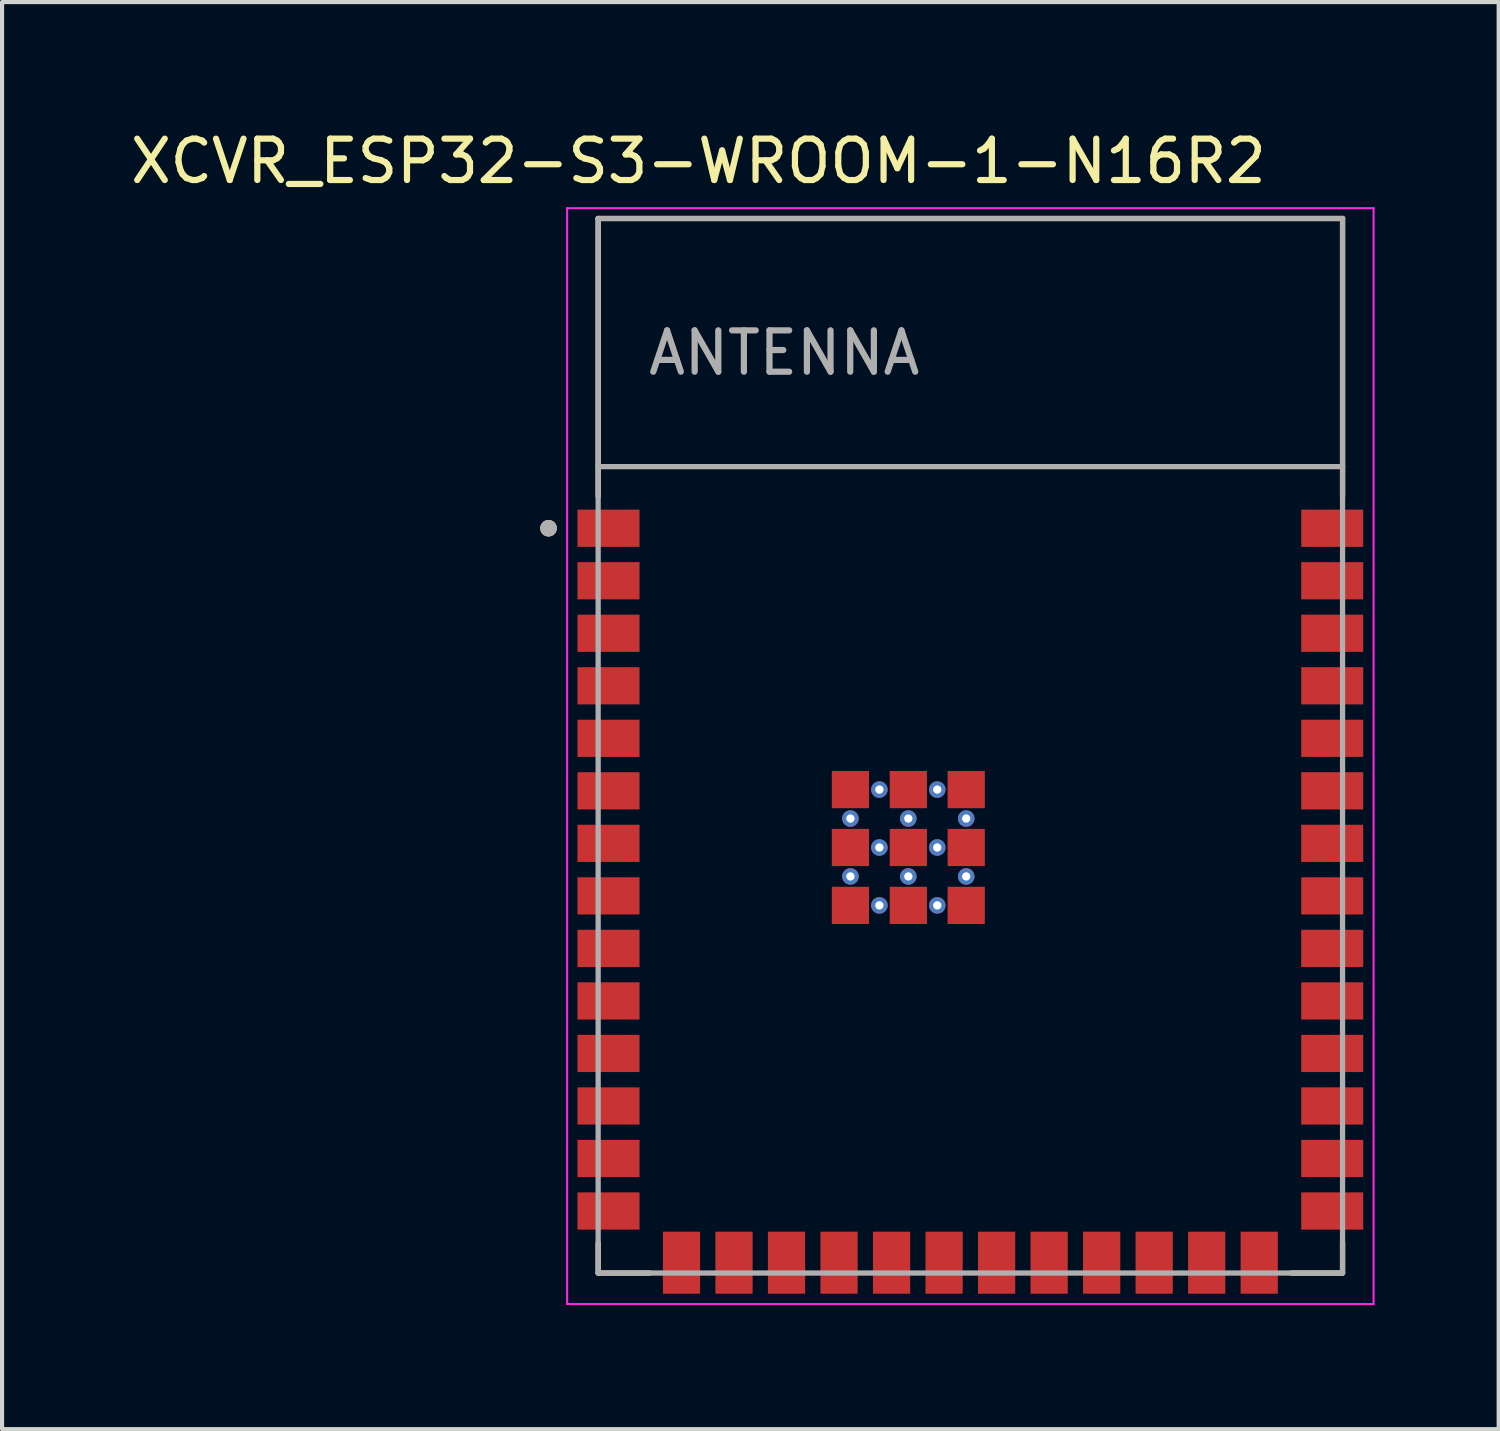
<source format=kicad_pcb>
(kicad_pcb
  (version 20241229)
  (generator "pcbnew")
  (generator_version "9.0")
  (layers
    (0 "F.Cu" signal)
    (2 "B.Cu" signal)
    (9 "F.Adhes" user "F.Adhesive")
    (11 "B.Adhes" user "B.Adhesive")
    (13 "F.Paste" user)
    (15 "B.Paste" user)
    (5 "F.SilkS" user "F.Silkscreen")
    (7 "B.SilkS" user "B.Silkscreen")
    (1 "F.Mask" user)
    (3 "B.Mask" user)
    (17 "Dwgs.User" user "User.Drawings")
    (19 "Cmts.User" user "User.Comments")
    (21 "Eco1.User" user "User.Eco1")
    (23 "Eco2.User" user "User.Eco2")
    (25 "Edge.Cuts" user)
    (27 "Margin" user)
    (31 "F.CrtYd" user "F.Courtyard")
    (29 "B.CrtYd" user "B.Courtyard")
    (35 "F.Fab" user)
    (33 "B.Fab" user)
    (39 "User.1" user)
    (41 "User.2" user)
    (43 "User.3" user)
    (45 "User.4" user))
  (footprint "XCVR_ESP32-S3-WROOM-1-N16R2"
    (layer "F.Cu")
    (at 20.414 14.983)
    (property "Reference" "XCVR_ESP32-S3-WROOM-1-N16R2" (at -6.575 -14.135 0) (layer "F.SilkS") (effects (font (size 1 1) (thickness 0.15))))
    (attr through_hole)
    (fp_line (start -9 -12.75) (end 9 -12.75) (stroke (width 0.127) (type solid)) (layer "F.SilkS"))
    (fp_line (start -9 -6.03) (end -9 -12.75) (stroke (width 0.127) (type solid)) (layer "F.SilkS"))
    (fp_line (start -9 12.02) (end -9 12.75) (stroke (width 0.127) (type solid)) (layer "F.SilkS"))
    (fp_line (start -9 12.75) (end -7.755 12.75) (stroke (width 0.127) (type solid)) (layer "F.SilkS"))
    (fp_line (start 9 -12.75) (end 9 -6.03) (stroke (width 0.127) (type solid)) (layer "F.SilkS"))
    (fp_line (start 9 12.02) (end 9 12.75) (stroke (width 0.127) (type solid)) (layer "F.SilkS"))
    (fp_line (start 9 12.75) (end 7.755 12.75) (stroke (width 0.127) (type solid)) (layer "F.SilkS"))
    (fp_circle (center -10.2 -5.26) (end -10.1 -5.26) (stroke (width 0.2) (type solid)) (fill no) (layer "F.SilkS"))
    (fp_line (start -9.75 -13) (end 9.75 -13) (stroke (width 0.05) (type solid)) (layer "F.CrtYd"))
    (fp_line (start -9.75 13.5) (end -9.75 -13) (stroke (width 0.05) (type solid)) (layer "F.CrtYd"))
    (fp_line (start -9.75 13.5) (end 9.75 13.5) (stroke (width 0.05) (type solid)) (layer "F.CrtYd"))
    (fp_line (start 9.75 -13) (end 9.75 13.5) (stroke (width 0.05) (type solid)) (layer "F.CrtYd"))
    (fp_line (start -9 -12.75) (end 9 -12.75) (stroke (width 0.127) (type solid)) (layer "F.Fab"))
    (fp_line (start -9 -6.75) (end -9 -12.75) (stroke (width 0.127) (type solid)) (layer "F.Fab"))
    (fp_line (start -9 -6.75) (end 9 -6.75) (stroke (width 0.127) (type solid)) (layer "F.Fab"))
    (fp_line (start -9 12.75) (end -9 -6.75) (stroke (width 0.127) (type solid)) (layer "F.Fab"))
    (fp_line (start 9 -12.75) (end 9 -6.75) (stroke (width 0.127) (type solid)) (layer "F.Fab"))
    (fp_line (start 9 -6.75) (end 9 12.75) (stroke (width 0.127) (type solid)) (layer "F.Fab"))
    (fp_line (start 9 12.75) (end -9 12.75) (stroke (width 0.127) (type solid)) (layer "F.Fab"))
    (fp_circle (center -10.2 -5.26) (end -10.1 -5.26) (stroke (width 0.2) (type solid)) (fill no) (layer "F.Fab"))
    (fp_text user "ANTENNA" (at -4.5 -9.5 0) (layer "F.Fab") (effects (font (size 1 1) (thickness 0.15))))
    (pad "1" smd rect (at -8.75 -5.26) (size 1.5 0.9) (layers "F.Cu" "F.Mask" "F.Paste"))
    (pad "2" smd rect (at -8.75 -3.99) (size 1.5 0.9) (layers "F.Cu" "F.Mask" "F.Paste"))
    (pad "3" smd rect (at -8.75 -2.72) (size 1.5 0.9) (layers "F.Cu" "F.Mask" "F.Paste"))
    (pad "4" smd rect (at -8.75 -1.45) (size 1.5 0.9) (layers "F.Cu" "F.Mask" "F.Paste"))
    (pad "5" smd rect (at -8.75 -0.18) (size 1.5 0.9) (layers "F.Cu" "F.Mask" "F.Paste"))
    (pad "6" smd rect (at -8.75 1.09) (size 1.5 0.9) (layers "F.Cu" "F.Mask" "F.Paste"))
    (pad "7" smd rect (at -8.75 2.36) (size 1.5 0.9) (layers "F.Cu" "F.Mask" "F.Paste"))
    (pad "8" smd rect (at -8.75 3.63) (size 1.5 0.9) (layers "F.Cu" "F.Mask" "F.Paste"))
    (pad "9" smd rect (at -8.75 4.9) (size 1.5 0.9) (layers "F.Cu" "F.Mask" "F.Paste"))
    (pad "10" smd rect (at -8.75 6.17) (size 1.5 0.9) (layers "F.Cu" "F.Mask" "F.Paste"))
    (pad "11" smd rect (at -8.75 7.44) (size 1.5 0.9) (layers "F.Cu" "F.Mask" "F.Paste"))
    (pad "12" smd rect (at -8.75 8.71) (size 1.5 0.9) (layers "F.Cu" "F.Mask" "F.Paste"))
    (pad "13" smd rect (at -8.75 9.98) (size 1.5 0.9) (layers "F.Cu" "F.Mask" "F.Paste"))
    (pad "14" smd rect (at -8.75 11.25) (size 1.5 0.9) (layers "F.Cu" "F.Mask" "F.Paste"))
    (pad "15" smd rect (at -6.985 12.5) (size 0.9 1.5) (layers "F.Cu" "F.Mask" "F.Paste"))
    (pad "16" smd rect (at -5.715 12.5) (size 0.9 1.5) (layers "F.Cu" "F.Mask" "F.Paste"))
    (pad "17" smd rect (at -4.445 12.5) (size 0.9 1.5) (layers "F.Cu" "F.Mask" "F.Paste"))
    (pad "18" smd rect (at -3.175 12.5) (size 0.9 1.5) (layers "F.Cu" "F.Mask" "F.Paste"))
    (pad "19" smd rect (at -1.905 12.5) (size 0.9 1.5) (layers "F.Cu" "F.Mask" "F.Paste"))
    (pad "20" smd rect (at -0.635 12.5) (size 0.9 1.5) (layers "F.Cu" "F.Mask" "F.Paste"))
    (pad "21" smd rect (at 0.635 12.5) (size 0.9 1.5) (layers "F.Cu" "F.Mask" "F.Paste"))
    (pad "22" smd rect (at 1.905 12.5) (size 0.9 1.5) (layers "F.Cu" "F.Mask" "F.Paste"))
    (pad "23" smd rect (at 3.175 12.5) (size 0.9 1.5) (layers "F.Cu" "F.Mask" "F.Paste"))
    (pad "24" smd rect (at 4.445 12.5) (size 0.9 1.5) (layers "F.Cu" "F.Mask" "F.Paste"))
    (pad "25" smd rect (at 5.715 12.5) (size 0.9 1.5) (layers "F.Cu" "F.Mask" "F.Paste"))
    (pad "26" smd rect (at 6.985 12.5) (size 0.9 1.5) (layers "F.Cu" "F.Mask" "F.Paste"))
    (pad "27" smd rect (at 8.75 11.25) (size 1.5 0.9) (layers "F.Cu" "F.Mask" "F.Paste"))
    (pad "28" smd rect (at 8.75 9.98) (size 1.5 0.9) (layers "F.Cu" "F.Mask" "F.Paste"))
    (pad "29" smd rect (at 8.75 8.71) (size 1.5 0.9) (layers "F.Cu" "F.Mask" "F.Paste"))
    (pad "30" smd rect (at 8.75 7.44) (size 1.5 0.9) (layers "F.Cu" "F.Mask" "F.Paste"))
    (pad "31" smd rect (at 8.75 6.17) (size 1.5 0.9) (layers "F.Cu" "F.Mask" "F.Paste"))
    (pad "32" smd rect (at 8.75 4.9) (size 1.5 0.9) (layers "F.Cu" "F.Mask" "F.Paste"))
    (pad "33" smd rect (at 8.75 3.63) (size 1.5 0.9) (layers "F.Cu" "F.Mask" "F.Paste"))
    (pad "34" smd rect (at 8.75 2.36) (size 1.5 0.9) (layers "F.Cu" "F.Mask" "F.Paste"))
    (pad "35" smd rect (at 8.75 1.09) (size 1.5 0.9) (layers "F.Cu" "F.Mask" "F.Paste"))
    (pad "36" smd rect (at 8.75 -0.18) (size 1.5 0.9) (layers "F.Cu" "F.Mask" "F.Paste"))
    (pad "37" smd rect (at 8.75 -1.45) (size 1.5 0.9) (layers "F.Cu" "F.Mask" "F.Paste"))
    (pad "38" smd rect (at 8.75 -2.72) (size 1.5 0.9) (layers "F.Cu" "F.Mask" "F.Paste"))
    (pad "39" smd rect (at 8.75 -3.99) (size 1.5 0.9) (layers "F.Cu" "F.Mask" "F.Paste"))
    (pad "40" smd rect (at 8.75 -5.26) (size 1.5 0.9) (layers "F.Cu" "F.Mask" "F.Paste"))
    (pad "41_1" smd rect (at -1.5 2.46) (size 0.9 0.9) (layers "F.Cu" "F.Mask" "F.Paste"))
    (pad "41_2" smd rect (at -2.9 2.46) (size 0.9 0.9) (layers "F.Cu" "F.Mask" "F.Paste"))
    (pad "41_3" smd rect (at -0.1 2.46) (size 0.9 0.9) (layers "F.Cu" "F.Mask" "F.Paste"))
    (pad "41_4" smd rect (at -2.9 3.86) (size 0.9 0.9) (layers "F.Cu" "F.Mask" "F.Paste"))
    (pad "41_5" smd rect (at -1.5 3.86) (size 0.9 0.9) (layers "F.Cu" "F.Mask" "F.Paste"))
    (pad "41_6" smd rect (at -0.1 3.86) (size 0.9 0.9) (layers "F.Cu" "F.Mask" "F.Paste"))
    (pad "41_7" smd rect (at -2.9 1.06) (size 0.9 0.9) (layers "F.Cu" "F.Mask" "F.Paste"))
    (pad "41_8" smd rect (at -1.5 1.06) (size 0.9 0.9) (layers "F.Cu" "F.Mask" "F.Paste"))
    (pad "41_9" smd rect (at -0.1 1.06) (size 0.9 0.9) (layers "F.Cu" "F.Mask" "F.Paste"))
    (pad "41_10" thru_hole circle (at -1.5 1.76) (size 0.4 0.4) (drill 0.2) (layers "*.Cu"))
    (pad "41_11" thru_hole circle (at -2.9 1.76) (size 0.4 0.4) (drill 0.2) (layers "*.Cu"))
    (pad "41_12" thru_hole circle (at -0.1 1.76) (size 0.4 0.4) (drill 0.2) (layers "*.Cu"))
    (pad "41_13" thru_hole circle (at -2.9 3.16) (size 0.4 0.4) (drill 0.2) (layers "*.Cu"))
    (pad "41_14" thru_hole circle (at -1.5 3.16) (size 0.4 0.4) (drill 0.2) (layers "*.Cu"))
    (pad "41_15" thru_hole circle (at -0.1 3.16) (size 0.4 0.4) (drill 0.2) (layers "*.Cu"))
    (pad "41_16" thru_hole circle (at -2.2 1.06) (size 0.4 0.4) (drill 0.2) (layers "*.Cu"))
    (pad "41_17" thru_hole circle (at -0.8 1.06) (size 0.4 0.4) (drill 0.2) (layers "*.Cu"))
    (pad "41_18" thru_hole circle (at -2.2 2.46) (size 0.4 0.4) (drill 0.2) (layers "*.Cu"))
    (pad "41_19" thru_hole circle (at -0.8 2.46) (size 0.4 0.4) (drill 0.2) (layers "*.Cu"))
    (pad "41_20" thru_hole circle (at -2.2 3.86) (size 0.4 0.4) (drill 0.2) (layers "*.Cu"))
    (pad "41_21" thru_hole circle (at -0.8 3.86) (size 0.4 0.4) (drill 0.2) (layers "*.Cu"))
    (zone (net_name "") (layer "F.Cu") (hatch full 0.508) (connect_pads) (min_thickness 0.01) (filled_areas_thickness no) (keepout (tracks not_allowed) (vias not_allowed) (pads not_allowed) (copperpour not_allowed) (footprints allowed)) (placement (enabled no)) (fill) (polygon (pts (xy 11.414 2.233) (xy 29.414 2.233) (xy 29.414 8.233) (xy 11.414 8.233))))
    (zone (net_name "") (layers "F.Cu" "B.Cu") (hatch full 0.508) (connect_pads) (min_thickness 0.01) (filled_areas_thickness no) (keepout (tracks allowed) (vias not_allowed) (pads allowed) (copperpour allowed) (footprints allowed)) (placement (enabled no)) (fill) (polygon (pts (xy 11.414 2.233) (xy 29.414 2.233) (xy 29.414 8.233) (xy 11.414 8.233))))
    (zone (net_name "") (layer "B.Cu") (hatch full 0.508) (connect_pads) (min_thickness 0.01) (filled_areas_thickness no) (keepout (tracks not_allowed) (vias not_allowed) (pads not_allowed) (copperpour not_allowed) (footprints allowed)) (placement (enabled no)) (fill) (polygon (pts (xy 11.414 2.233) (xy 29.414 2.233) (xy 29.414 8.233) (xy 11.414 8.233)))))
  (gr_rect
    (start -3 -3)
    (end 33.189 31.508)
    (stroke (width 0.1) (type default))
    (fill no)
    (layer "Edge.Cuts")))
</source>
